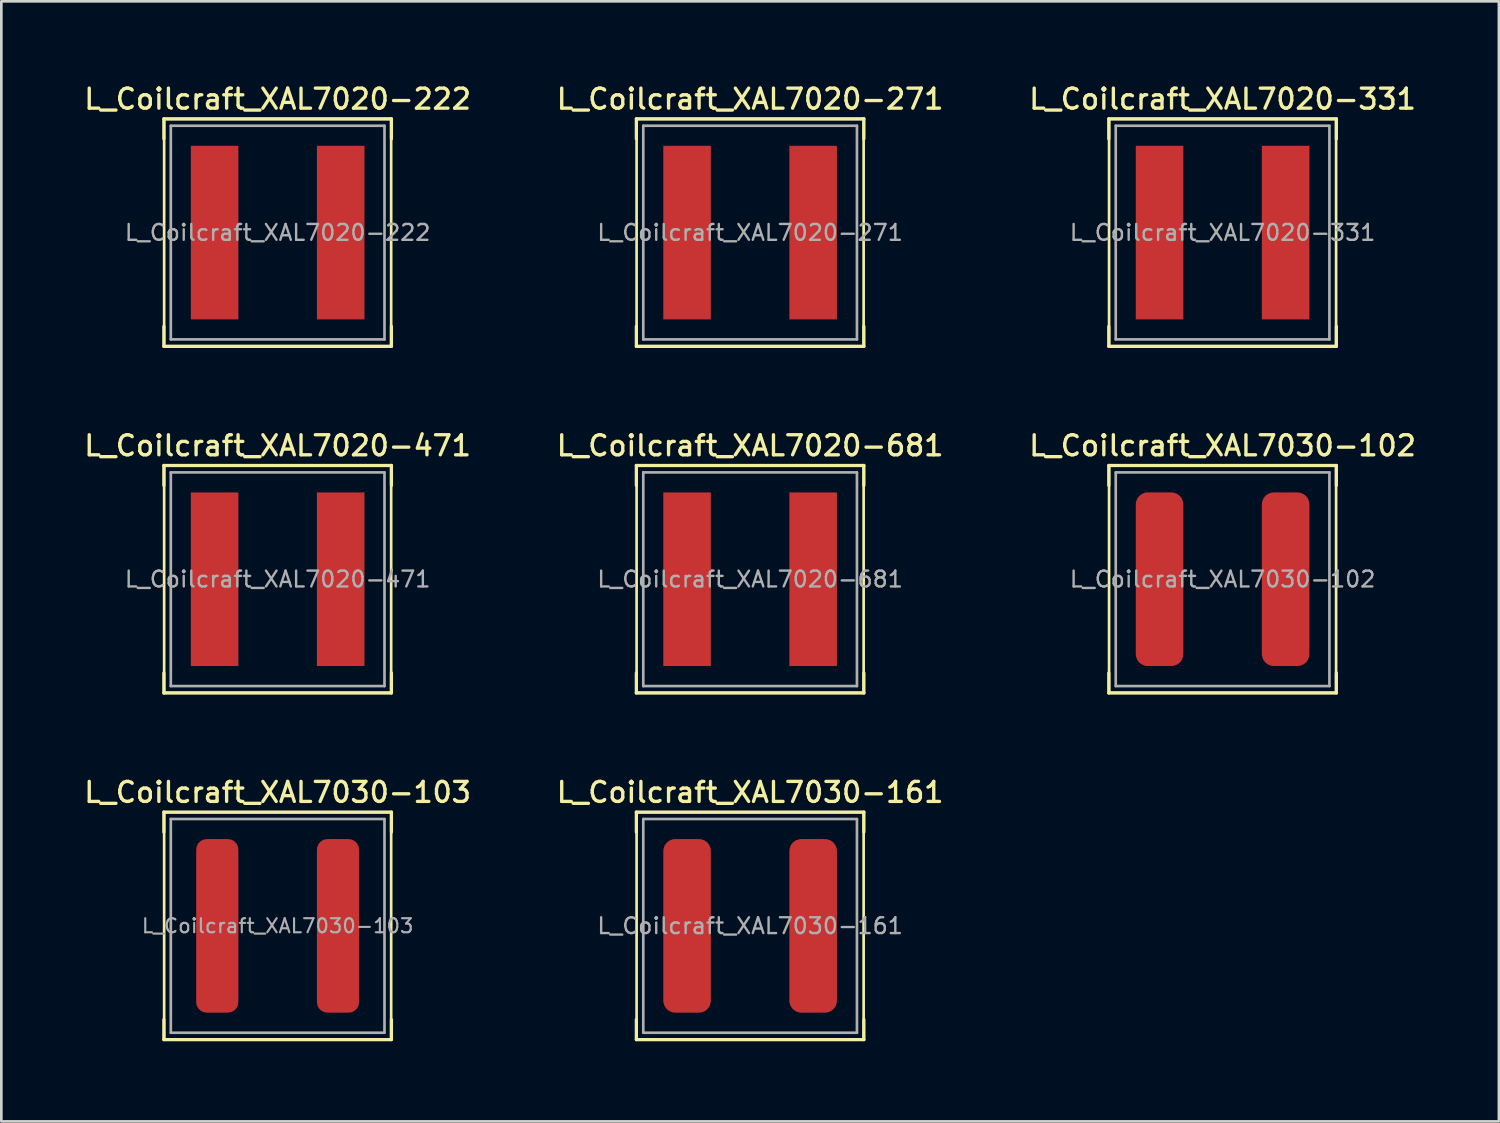
<source format=kicad_pcb>
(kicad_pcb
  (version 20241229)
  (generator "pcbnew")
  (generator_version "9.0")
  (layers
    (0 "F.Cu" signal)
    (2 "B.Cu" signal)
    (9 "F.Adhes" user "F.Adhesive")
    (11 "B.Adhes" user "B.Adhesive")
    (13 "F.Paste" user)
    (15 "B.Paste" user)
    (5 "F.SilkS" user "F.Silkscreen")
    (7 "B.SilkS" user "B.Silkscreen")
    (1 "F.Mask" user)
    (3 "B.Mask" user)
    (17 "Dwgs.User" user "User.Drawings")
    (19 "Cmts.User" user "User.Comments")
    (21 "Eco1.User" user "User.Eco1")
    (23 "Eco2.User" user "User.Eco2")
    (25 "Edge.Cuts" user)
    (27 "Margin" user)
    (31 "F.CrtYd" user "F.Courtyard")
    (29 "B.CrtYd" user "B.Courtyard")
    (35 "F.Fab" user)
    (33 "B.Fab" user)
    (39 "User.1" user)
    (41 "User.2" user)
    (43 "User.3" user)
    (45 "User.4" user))
  (footprint "L_Coilcraft_XAL7020-471"
    (layer "F.Cu")
    (at 7.345 18.636)
    (property "Reference" "L_Coilcraft_XAL7020-471" (at 0 -5 0) (layer "F.SilkS") (effects (font (size 0.75 0.75) (thickness 0.125))))
    (attr smd)
    (fp_line (start -4.26 -4.26) (end -4.26 -3.51) (stroke (width 0.12) (type solid)) (layer "F.SilkS"))
    (fp_line (start -4.26 -4.26) (end 4.26 -4.26) (stroke (width 0.12) (type solid)) (layer "F.SilkS"))
    (fp_line (start -4.26 4.26) (end -4.26 3.51) (stroke (width 0.12) (type solid)) (layer "F.SilkS"))
    (fp_line (start -4.26 4.26) (end 4.26 4.26) (stroke (width 0.12) (type solid)) (layer "F.SilkS"))
    (fp_line (start -4.25 -4.25) (end -4.25 4.25) (stroke (width 0.1) (type solid)) (layer "F.SilkS"))
    (fp_line (start -4.25 4.25) (end 4.25 4.25) (stroke (width 0.1) (type solid)) (layer "F.SilkS"))
    (fp_line (start 4.25 -4.25) (end -4.25 -4.25) (stroke (width 0.1) (type solid)) (layer "F.SilkS"))
    (fp_line (start 4.25 4.25) (end 4.25 -4.25) (stroke (width 0.1) (type solid)) (layer "F.SilkS"))
    (fp_line (start 4.26 -4.26) (end 4.26 -3.51) (stroke (width 0.12) (type solid)) (layer "F.SilkS"))
    (fp_line (start 4.26 4.26) (end 4.26 3.51) (stroke (width 0.12) (type solid)) (layer "F.SilkS"))
    (fp_line (start -4 -4) (end -4 4) (stroke (width 0.1) (type solid)) (layer "F.Fab"))
    (fp_line (start -4 4) (end 4 4) (stroke (width 0.1) (type solid)) (layer "F.Fab"))
    (fp_line (start 4 -4) (end -4 -4) (stroke (width 0.1) (type solid)) (layer "F.Fab"))
    (fp_line (start 4 4) (end 4 -4) (stroke (width 0.1) (type solid)) (layer "F.Fab"))
    (fp_text user "${REFERENCE}" (at 0 0 0) (layer "F.Fab") (effects (font (size 0.593 0.593) (thickness 0.089))))
    (pad "1" smd rect (at -2.36 0) (size 1.78 6.5) (layers "F.Cu" "F.Mask" "F.Paste"))
    (pad "2" smd rect (at 2.36 0) (size 1.78 6.5) (layers "F.Cu" "F.Mask" "F.Paste")))
  (footprint "L_Coilcraft_XAL7020-331"
    (layer "F.Cu")
    (at 42.723 5.658)
    (property "Reference" "L_Coilcraft_XAL7020-331" (at 0 -5 0) (layer "F.SilkS") (effects (font (size 0.75 0.75) (thickness 0.125))))
    (attr smd)
    (fp_line (start -4.26 -4.26) (end -4.26 -3.51) (stroke (width 0.12) (type solid)) (layer "F.SilkS"))
    (fp_line (start -4.26 -4.26) (end 4.26 -4.26) (stroke (width 0.12) (type solid)) (layer "F.SilkS"))
    (fp_line (start -4.26 4.26) (end -4.26 3.51) (stroke (width 0.12) (type solid)) (layer "F.SilkS"))
    (fp_line (start -4.26 4.26) (end 4.26 4.26) (stroke (width 0.12) (type solid)) (layer "F.SilkS"))
    (fp_line (start -4.25 -4.25) (end -4.25 4.25) (stroke (width 0.1) (type solid)) (layer "F.SilkS"))
    (fp_line (start -4.25 4.25) (end 4.25 4.25) (stroke (width 0.1) (type solid)) (layer "F.SilkS"))
    (fp_line (start 4.25 -4.25) (end -4.25 -4.25) (stroke (width 0.1) (type solid)) (layer "F.SilkS"))
    (fp_line (start 4.25 4.25) (end 4.25 -4.25) (stroke (width 0.1) (type solid)) (layer "F.SilkS"))
    (fp_line (start 4.26 -4.26) (end 4.26 -3.51) (stroke (width 0.12) (type solid)) (layer "F.SilkS"))
    (fp_line (start 4.26 4.26) (end 4.26 3.51) (stroke (width 0.12) (type solid)) (layer "F.SilkS"))
    (fp_line (start -4 -4) (end -4 4) (stroke (width 0.1) (type solid)) (layer "F.Fab"))
    (fp_line (start -4 4) (end 4 4) (stroke (width 0.1) (type solid)) (layer "F.Fab"))
    (fp_line (start 4 -4) (end -4 -4) (stroke (width 0.1) (type solid)) (layer "F.Fab"))
    (fp_line (start 4 4) (end 4 -4) (stroke (width 0.1) (type solid)) (layer "F.Fab"))
    (fp_text user "${REFERENCE}" (at 0 0 0) (layer "F.Fab") (effects (font (size 0.593 0.593) (thickness 0.089))))
    (pad "1" smd rect (at -2.36 0) (size 1.78 6.5) (layers "F.Cu" "F.Mask" "F.Paste"))
    (pad "2" smd rect (at 2.36 0) (size 1.78 6.5) (layers "F.Cu" "F.Mask" "F.Paste")))
  (footprint "L_Coilcraft_XAL7020-681"
    (layer "F.Cu")
    (at 25.034 18.636)
    (property "Reference" "L_Coilcraft_XAL7020-681" (at 0 -5 0) (layer "F.SilkS") (effects (font (size 0.75 0.75) (thickness 0.125))))
    (attr smd)
    (fp_line (start -4.26 -4.26) (end -4.26 -3.51) (stroke (width 0.12) (type solid)) (layer "F.SilkS"))
    (fp_line (start -4.26 -4.26) (end 4.26 -4.26) (stroke (width 0.12) (type solid)) (layer "F.SilkS"))
    (fp_line (start -4.26 4.26) (end -4.26 3.51) (stroke (width 0.12) (type solid)) (layer "F.SilkS"))
    (fp_line (start -4.26 4.26) (end 4.26 4.26) (stroke (width 0.12) (type solid)) (layer "F.SilkS"))
    (fp_line (start -4.25 -4.25) (end -4.25 4.25) (stroke (width 0.1) (type solid)) (layer "F.SilkS"))
    (fp_line (start -4.25 4.25) (end 4.25 4.25) (stroke (width 0.1) (type solid)) (layer "F.SilkS"))
    (fp_line (start 4.25 -4.25) (end -4.25 -4.25) (stroke (width 0.1) (type solid)) (layer "F.SilkS"))
    (fp_line (start 4.25 4.25) (end 4.25 -4.25) (stroke (width 0.1) (type solid)) (layer "F.SilkS"))
    (fp_line (start 4.26 -4.26) (end 4.26 -3.51) (stroke (width 0.12) (type solid)) (layer "F.SilkS"))
    (fp_line (start 4.26 4.26) (end 4.26 3.51) (stroke (width 0.12) (type solid)) (layer "F.SilkS"))
    (fp_line (start -4 -4) (end -4 4) (stroke (width 0.1) (type solid)) (layer "F.Fab"))
    (fp_line (start -4 4) (end 4 4) (stroke (width 0.1) (type solid)) (layer "F.Fab"))
    (fp_line (start 4 -4) (end -4 -4) (stroke (width 0.1) (type solid)) (layer "F.Fab"))
    (fp_line (start 4 4) (end 4 -4) (stroke (width 0.1) (type solid)) (layer "F.Fab"))
    (fp_text user "${REFERENCE}" (at 0 0 0) (layer "F.Fab") (effects (font (size 0.593 0.593) (thickness 0.089))))
    (pad "1" smd rect (at -2.36 0) (size 1.78 6.5) (layers "F.Cu" "F.Mask" "F.Paste"))
    (pad "2" smd rect (at 2.36 0) (size 1.78 6.5) (layers "F.Cu" "F.Mask" "F.Paste")))
  (footprint "L_Coilcraft_XAL7020-222"
    (layer "F.Cu")
    (at 7.345 5.658)
    (property "Reference" "L_Coilcraft_XAL7020-222" (at 0 -5 0) (layer "F.SilkS") (effects (font (size 0.75 0.75) (thickness 0.125))))
    (attr smd)
    (fp_line (start -4.26 -4.26) (end -4.26 -3.51) (stroke (width 0.12) (type solid)) (layer "F.SilkS"))
    (fp_line (start -4.26 -4.26) (end 4.26 -4.26) (stroke (width 0.12) (type solid)) (layer "F.SilkS"))
    (fp_line (start -4.26 4.26) (end -4.26 3.51) (stroke (width 0.12) (type solid)) (layer "F.SilkS"))
    (fp_line (start -4.26 4.26) (end 4.26 4.26) (stroke (width 0.12) (type solid)) (layer "F.SilkS"))
    (fp_line (start -4.25 -4.25) (end -4.25 4.25) (stroke (width 0.1) (type solid)) (layer "F.SilkS"))
    (fp_line (start -4.25 4.25) (end 4.25 4.25) (stroke (width 0.1) (type solid)) (layer "F.SilkS"))
    (fp_line (start 4.25 -4.25) (end -4.25 -4.25) (stroke (width 0.1) (type solid)) (layer "F.SilkS"))
    (fp_line (start 4.25 4.25) (end 4.25 -4.25) (stroke (width 0.1) (type solid)) (layer "F.SilkS"))
    (fp_line (start 4.26 -4.26) (end 4.26 -3.51) (stroke (width 0.12) (type solid)) (layer "F.SilkS"))
    (fp_line (start 4.26 4.26) (end 4.26 3.51) (stroke (width 0.12) (type solid)) (layer "F.SilkS"))
    (fp_line (start -4 -4) (end -4 4) (stroke (width 0.1) (type solid)) (layer "F.Fab"))
    (fp_line (start -4 4) (end 4 4) (stroke (width 0.1) (type solid)) (layer "F.Fab"))
    (fp_line (start 4 -4) (end -4 -4) (stroke (width 0.1) (type solid)) (layer "F.Fab"))
    (fp_line (start 4 4) (end 4 -4) (stroke (width 0.1) (type solid)) (layer "F.Fab"))
    (fp_text user "${REFERENCE}" (at 0 0 0) (layer "F.Fab") (effects (font (size 0.593 0.593) (thickness 0.089))))
    (pad "1" smd rect (at -2.36 0) (size 1.78 6.5) (layers "F.Cu" "F.Mask" "F.Paste"))
    (pad "2" smd rect (at 2.36 0) (size 1.78 6.5) (layers "F.Cu" "F.Mask" "F.Paste")))
  (footprint "L_Coilcraft_XAL7030-102"
    (layer "F.Cu")
    (at 42.723 18.636)
    (property "Reference" "L_Coilcraft_XAL7030-102" (at 0 -5 0) (layer "F.SilkS") (effects (font (size 0.75 0.75) (thickness 0.125))))
    (attr smd)
    (fp_line (start -4.26 -4.26) (end -4.26 -3.51) (stroke (width 0.12) (type solid)) (layer "F.SilkS"))
    (fp_line (start -4.26 -4.26) (end 4.26 -4.26) (stroke (width 0.12) (type solid)) (layer "F.SilkS"))
    (fp_line (start -4.26 4.26) (end -4.26 3.51) (stroke (width 0.12) (type solid)) (layer "F.SilkS"))
    (fp_line (start -4.26 4.26) (end 4.26 4.26) (stroke (width 0.12) (type solid)) (layer "F.SilkS"))
    (fp_line (start -4.25 -4.25) (end -4.25 4.25) (stroke (width 0.1) (type solid)) (layer "F.SilkS"))
    (fp_line (start -4.25 4.25) (end 4.25 4.25) (stroke (width 0.1) (type solid)) (layer "F.SilkS"))
    (fp_line (start 4.25 -4.25) (end -4.25 -4.25) (stroke (width 0.1) (type solid)) (layer "F.SilkS"))
    (fp_line (start 4.25 4.25) (end 4.25 -4.25) (stroke (width 0.1) (type solid)) (layer "F.SilkS"))
    (fp_line (start 4.26 -4.26) (end 4.26 -3.51) (stroke (width 0.12) (type solid)) (layer "F.SilkS"))
    (fp_line (start 4.26 4.26) (end 4.26 3.51) (stroke (width 0.12) (type solid)) (layer "F.SilkS"))
    (fp_line (start -4 -4) (end -4 4) (stroke (width 0.1) (type solid)) (layer "F.Fab"))
    (fp_line (start -4 4) (end 4 4) (stroke (width 0.1) (type solid)) (layer "F.Fab"))
    (fp_line (start 4 -4) (end -4 -4) (stroke (width 0.1) (type solid)) (layer "F.Fab"))
    (fp_line (start 4 4) (end 4 -4) (stroke (width 0.1) (type solid)) (layer "F.Fab"))
    (fp_text user "${REFERENCE}" (at 0 0 0) (layer "F.Fab") (effects (font (size 0.593 0.593) (thickness 0.089))))
    (pad "1" smd roundrect (at -2.36 0) (size 1.78 6.5) (layers "F.Cu" "F.Mask" "F.Paste") (roundrect_rratio 0.25))
    (pad "2" smd roundrect (at 2.36 0) (size 1.78 6.5) (layers "F.Cu" "F.Mask" "F.Paste") (roundrect_rratio 0.25)))
  (footprint "L_Coilcraft_XAL7030-161"
    (layer "F.Cu")
    (at 25.034 31.614)
    (property "Reference" "L_Coilcraft_XAL7030-161" (at 0 -5 0) (layer "F.SilkS") (effects (font (size 0.75 0.75) (thickness 0.125))))
    (attr smd)
    (fp_line (start -4.26 -4.26) (end -4.26 -3.51) (stroke (width 0.12) (type solid)) (layer "F.SilkS"))
    (fp_line (start -4.26 -4.26) (end 4.26 -4.26) (stroke (width 0.12) (type solid)) (layer "F.SilkS"))
    (fp_line (start -4.26 4.26) (end -4.26 3.51) (stroke (width 0.12) (type solid)) (layer "F.SilkS"))
    (fp_line (start -4.26 4.26) (end 4.26 4.26) (stroke (width 0.12) (type solid)) (layer "F.SilkS"))
    (fp_line (start -4.25 -4.25) (end -4.25 4.25) (stroke (width 0.1) (type solid)) (layer "F.SilkS"))
    (fp_line (start -4.25 4.25) (end 4.25 4.25) (stroke (width 0.1) (type solid)) (layer "F.SilkS"))
    (fp_line (start 4.25 -4.25) (end -4.25 -4.25) (stroke (width 0.1) (type solid)) (layer "F.SilkS"))
    (fp_line (start 4.25 4.25) (end 4.25 -4.25) (stroke (width 0.1) (type solid)) (layer "F.SilkS"))
    (fp_line (start 4.26 -4.26) (end 4.26 -3.51) (stroke (width 0.12) (type solid)) (layer "F.SilkS"))
    (fp_line (start 4.26 4.26) (end 4.26 3.51) (stroke (width 0.12) (type solid)) (layer "F.SilkS"))
    (fp_line (start -4 -4) (end -4 4) (stroke (width 0.1) (type solid)) (layer "F.Fab"))
    (fp_line (start -4 4) (end 4 4) (stroke (width 0.1) (type solid)) (layer "F.Fab"))
    (fp_line (start 4 -4) (end -4 -4) (stroke (width 0.1) (type solid)) (layer "F.Fab"))
    (fp_line (start 4 4) (end 4 -4) (stroke (width 0.1) (type solid)) (layer "F.Fab"))
    (fp_text user "${REFERENCE}" (at 0 0 0) (layer "F.Fab") (effects (font (size 0.593 0.593) (thickness 0.089))))
    (pad "1" smd roundrect (at -2.36 0) (size 1.78 6.5) (layers "F.Cu" "F.Mask" "F.Paste") (roundrect_rratio 0.25))
    (pad "2" smd roundrect (at 2.36 0) (size 1.78 6.5) (layers "F.Cu" "F.Mask" "F.Paste") (roundrect_rratio 0.25)))
  (footprint "L_Coilcraft_XAL7030-103"
    (layer "F.Cu")
    (at 7.345 31.614)
    (property "Reference" "L_Coilcraft_XAL7030-103" (at 0 -5 0) (layer "F.SilkS") (effects (font (size 0.75 0.75) (thickness 0.125))))
    (attr smd)
    (fp_line (start -4.26 -4.26) (end -4.26 -3.51) (stroke (width 0.12) (type solid)) (layer "F.SilkS"))
    (fp_line (start -4.26 -4.26) (end 4.26 -4.26) (stroke (width 0.12) (type solid)) (layer "F.SilkS"))
    (fp_line (start -4.26 4.26) (end -4.26 3.51) (stroke (width 0.12) (type solid)) (layer "F.SilkS"))
    (fp_line (start -4.26 4.26) (end 4.26 4.26) (stroke (width 0.12) (type solid)) (layer "F.SilkS"))
    (fp_line (start -4.25 -4.25) (end -4.25 4.25) (stroke (width 0.1) (type solid)) (layer "F.SilkS"))
    (fp_line (start -4.25 4.25) (end 4.25 4.25) (stroke (width 0.1) (type solid)) (layer "F.SilkS"))
    (fp_line (start 4.25 -4.25) (end -4.25 -4.25) (stroke (width 0.1) (type solid)) (layer "F.SilkS"))
    (fp_line (start 4.25 4.25) (end 4.25 -4.25) (stroke (width 0.1) (type solid)) (layer "F.SilkS"))
    (fp_line (start 4.26 -4.26) (end 4.26 -3.51) (stroke (width 0.12) (type solid)) (layer "F.SilkS"))
    (fp_line (start 4.26 4.26) (end 4.26 3.51) (stroke (width 0.12) (type solid)) (layer "F.SilkS"))
    (fp_line (start -4 -4) (end -4 4) (stroke (width 0.1) (type solid)) (layer "F.Fab"))
    (fp_line (start -4 4) (end 4 4) (stroke (width 0.1) (type solid)) (layer "F.Fab"))
    (fp_line (start 4 -4) (end -4 -4) (stroke (width 0.1) (type solid)) (layer "F.Fab"))
    (fp_line (start 4 4) (end 4 -4) (stroke (width 0.1) (type solid)) (layer "F.Fab"))
    (fp_text user "${REFERENCE}" (at 0 0 0) (layer "F.Fab") (effects (font (size 0.527 0.527) (thickness 0.079))))
    (pad "1" smd roundrect (at -2.26 0) (size 1.58 6.5) (layers "F.Cu" "F.Mask" "F.Paste") (roundrect_rratio 0.25))
    (pad "2" smd roundrect (at 2.26 0) (size 1.58 6.5) (layers "F.Cu" "F.Mask" "F.Paste") (roundrect_rratio 0.25)))
  (footprint "L_Coilcraft_XAL7020-271"
    (layer "F.Cu")
    (at 25.034 5.658)
    (property "Reference" "L_Coilcraft_XAL7020-271" (at 0 -5 0) (layer "F.SilkS") (effects (font (size 0.75 0.75) (thickness 0.125))))
    (attr smd)
    (fp_line (start -4.26 -4.26) (end -4.26 -3.51) (stroke (width 0.12) (type solid)) (layer "F.SilkS"))
    (fp_line (start -4.26 -4.26) (end 4.26 -4.26) (stroke (width 0.12) (type solid)) (layer "F.SilkS"))
    (fp_line (start -4.26 4.26) (end -4.26 3.51) (stroke (width 0.12) (type solid)) (layer "F.SilkS"))
    (fp_line (start -4.26 4.26) (end 4.26 4.26) (stroke (width 0.12) (type solid)) (layer "F.SilkS"))
    (fp_line (start -4.25 -4.25) (end -4.25 4.25) (stroke (width 0.1) (type solid)) (layer "F.SilkS"))
    (fp_line (start -4.25 4.25) (end 4.25 4.25) (stroke (width 0.1) (type solid)) (layer "F.SilkS"))
    (fp_line (start 4.25 -4.25) (end -4.25 -4.25) (stroke (width 0.1) (type solid)) (layer "F.SilkS"))
    (fp_line (start 4.25 4.25) (end 4.25 -4.25) (stroke (width 0.1) (type solid)) (layer "F.SilkS"))
    (fp_line (start 4.26 -4.26) (end 4.26 -3.51) (stroke (width 0.12) (type solid)) (layer "F.SilkS"))
    (fp_line (start 4.26 4.26) (end 4.26 3.51) (stroke (width 0.12) (type solid)) (layer "F.SilkS"))
    (fp_line (start -4 -4) (end -4 4) (stroke (width 0.1) (type solid)) (layer "F.Fab"))
    (fp_line (start -4 4) (end 4 4) (stroke (width 0.1) (type solid)) (layer "F.Fab"))
    (fp_line (start 4 -4) (end -4 -4) (stroke (width 0.1) (type solid)) (layer "F.Fab"))
    (fp_line (start 4 4) (end 4 -4) (stroke (width 0.1) (type solid)) (layer "F.Fab"))
    (fp_text user "${REFERENCE}" (at 0 0 0) (layer "F.Fab") (effects (font (size 0.593 0.593) (thickness 0.089))))
    (pad "1" smd rect (at -2.36 0) (size 1.78 6.5) (layers "F.Cu" "F.Mask" "F.Paste"))
    (pad "2" smd rect (at 2.36 0) (size 1.78 6.5) (layers "F.Cu" "F.Mask" "F.Paste")))
  (gr_rect
    (start -3 -3)
    (end 53.068 38.934)
    (stroke (width 0.1) (type default))
    (fill no)
    (layer "Edge.Cuts")))
</source>
